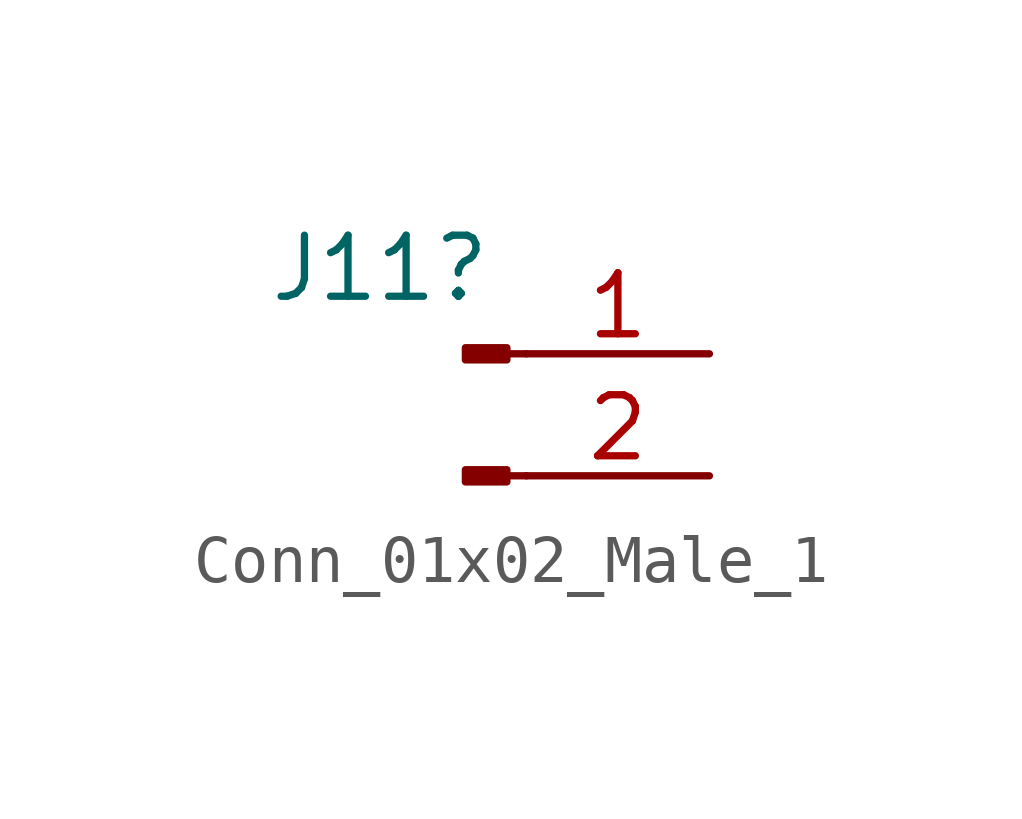
<source format=kicad_sym>
(kicad_symbol_lib
  (version 20211014)
  (generator kicad_symbol_editor)
  (symbol "Conn_01x02_Male_1"
    (pin_names
      (offset 1.016) hide)
    (property "Reference" "J11"
      (at -1.778 1.778 0)
      (effects (font (size 1.27 1.27))))
    (symbol "Conn_01x02_Male_1_1_1"
      (polyline (pts (xy 1.27 -2.54) (xy 0.864 -2.54)) (stroke (width 0.152) (type default) (color 0 0 0 0)) (fill (type none)))
      (polyline (pts (xy 1.27 0) (xy 0.864 0)) (stroke (width 0.152) (type default) (color 0 0 0 0)) (fill (type none)))
      (rectangle (start 0.864 -2.413) (end 0 -2.667) (stroke (width 0.152) (type default) (color 0 0 0 0)) (fill (type outline)))
      (rectangle (start 0.864 0.127) (end 0 -0.127) (stroke (width 0.152) (type default) (color 0 0 0 0)) (fill (type outline)))
      (pin unspecified line (at 5.08 0 180) (length 3.81) (name "Pin_1" (effects (font (size 1.27 1.27)))) (number "1" (effects (font (size 1.27 1.27)))))
      (pin unspecified line (at 5.08 -2.54 180) (length 3.81) (name "Pin_2" (effects (font (size 1.27 1.27)))) (number "2" (effects (font (size 1.27 1.27))))))))
</source>
